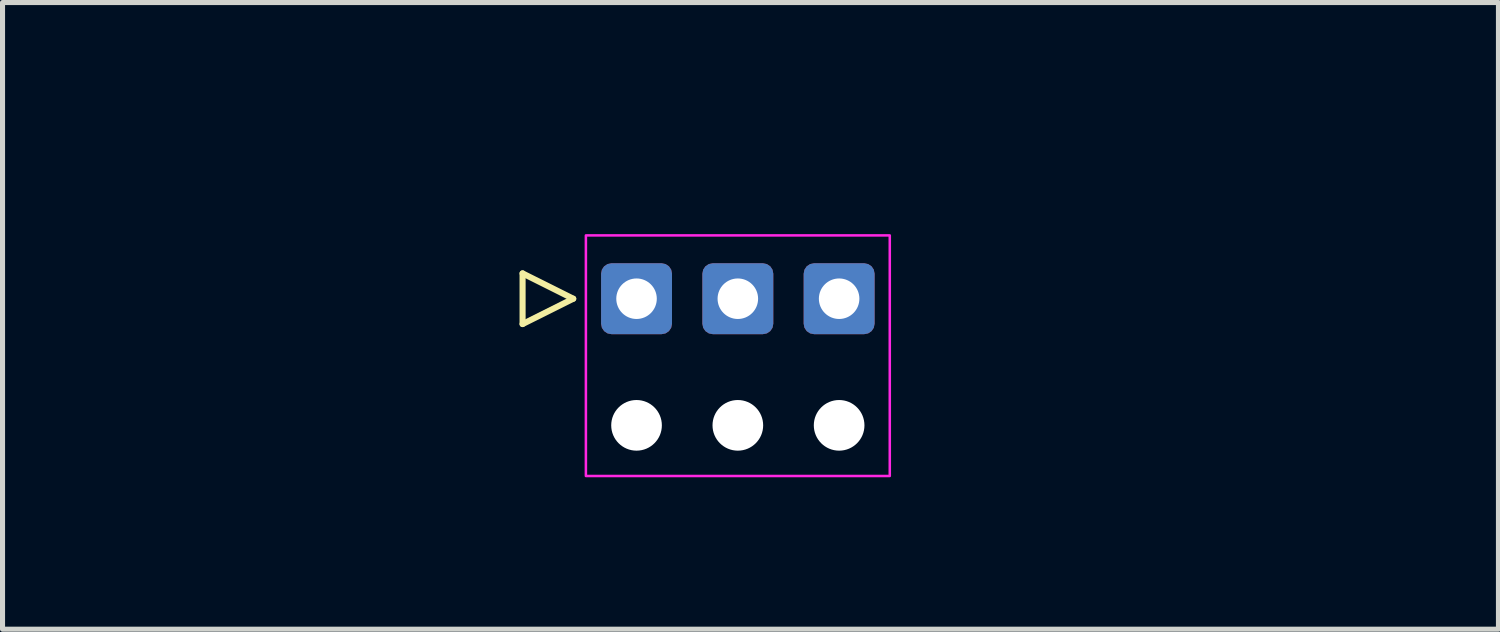
<source format=kicad_pcb>
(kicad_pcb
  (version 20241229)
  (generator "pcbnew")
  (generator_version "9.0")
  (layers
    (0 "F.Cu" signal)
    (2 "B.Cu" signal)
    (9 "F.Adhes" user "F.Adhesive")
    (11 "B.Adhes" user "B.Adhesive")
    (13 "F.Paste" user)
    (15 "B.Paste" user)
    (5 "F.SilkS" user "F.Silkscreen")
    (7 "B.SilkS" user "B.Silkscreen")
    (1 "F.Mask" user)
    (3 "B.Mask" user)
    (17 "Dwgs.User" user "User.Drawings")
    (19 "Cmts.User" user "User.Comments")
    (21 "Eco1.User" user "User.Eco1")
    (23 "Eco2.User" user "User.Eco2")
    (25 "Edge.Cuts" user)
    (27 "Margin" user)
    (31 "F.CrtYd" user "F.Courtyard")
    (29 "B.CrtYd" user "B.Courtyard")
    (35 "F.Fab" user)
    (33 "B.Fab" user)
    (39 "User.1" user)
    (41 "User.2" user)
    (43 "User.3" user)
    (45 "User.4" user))
  (footprint "PCB_Wire_Solder_3p_Connector"
    (layer "F.Cu")
    (at 11.518 2.848)
    (property "Reference" "PCB_Wire_Solder_3p_Connector" (at 0.25 -2 0) (layer "Eco2.User") (effects (font (size 1 1) (thickness 0.15))))
    (attr through_hole)
    (fp_line (start -4.25 -0.5) (end -4.25 0.5) (stroke (width 0.12) (type solid)) (layer "F.SilkS"))
    (fp_line (start -4.25 0.5) (end -3.25 0) (stroke (width 0.12) (type solid)) (layer "F.SilkS"))
    (fp_line (start -3.25 0) (end -4.25 -0.5) (stroke (width 0.12) (type solid)) (layer "F.SilkS"))
    (fp_rect (start -3 -1.25) (end 3 3.5) (stroke (width 0.05) (type solid)) (fill no) (layer "F.CrtYd"))
    (pad "" np_thru_hole circle (at -2 2.5 90) (size 1 1) (drill 1) (layers "*.Cu" "*.Mask"))
    (pad "" np_thru_hole circle (at 0 2.5 90) (size 1 1) (drill 1) (layers "*.Cu" "*.Mask"))
    (pad "" np_thru_hole circle (at 2 2.5 90) (size 1 1) (drill 1) (layers "*.Cu" "*.Mask"))
    (pad "1" thru_hole roundrect (at -2 0 90) (size 1.4 1.4) (drill 0.8) (layers "*.Cu" "*.Mask") (roundrect_rratio 0.147))
    (pad "2" thru_hole roundrect (at 0 0 90) (size 1.4 1.4) (drill 0.8) (layers "*.Cu" "*.Mask") (roundrect_rratio 0.147))
    (pad "3" thru_hole roundrect (at 2 0 90) (size 1.4 1.4) (drill 0.8) (layers "*.Cu" "*.Mask") (roundrect_rratio 0.147)))
  (gr_rect
    (start -3 -3)
    (end 26.536 9.373)
    (stroke (width 0.1) (type default))
    (fill no)
    (layer "Edge.Cuts")))
</source>
